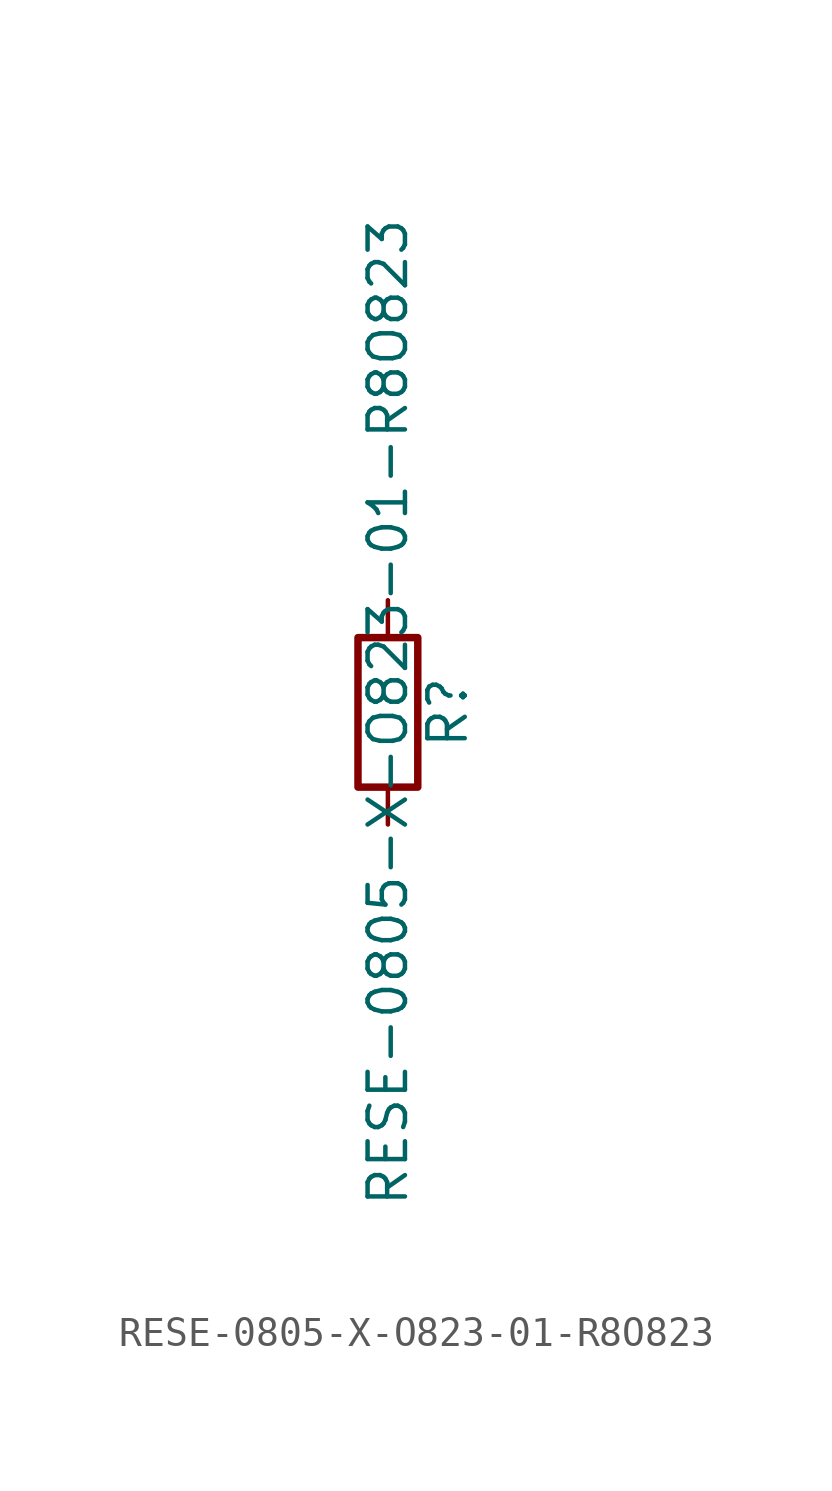
<source format=kicad_sym>
(kicad_symbol_lib
  (version 20211014)
  (generator kicad_symbol_editor)
  (symbol "RESE-0805-X-O823-01-R8O823"
    (pin_numbers hide)
    (pin_names
      (offset 0))
    (property "Reference" "R"
      (at 2.032 0 90)
      (effects (font (size 1.27 1.27))))
    (property "Value" "RESE-0805-X-O823-01-R8O823"
      (at 0 0 90)
      (effects (font (size 1.27 1.27))))
    (symbol "RESE-0805-X-O823-01-R8O823_0_1"
      (rectangle (start -1.016 -2.54) (end 1.016 2.54) (stroke (width 0.254) (type default) (color 0 0 0 0)) (fill (type none))))
    (symbol "RESE-0805-X-O823-01-R8O823_1_1"
      (pin passive line (at 0 3.81 270) (length 1.27) (name "~" (effects (font (size 1.27 1.27)))) (number "1" (effects (font (size 1.27 1.27)))))
      (pin passive line (at 0 -3.81 90) (length 1.27) (name "~" (effects (font (size 1.27 1.27)))) (number "2" (effects (font (size 1.27 1.27))))))))
</source>
